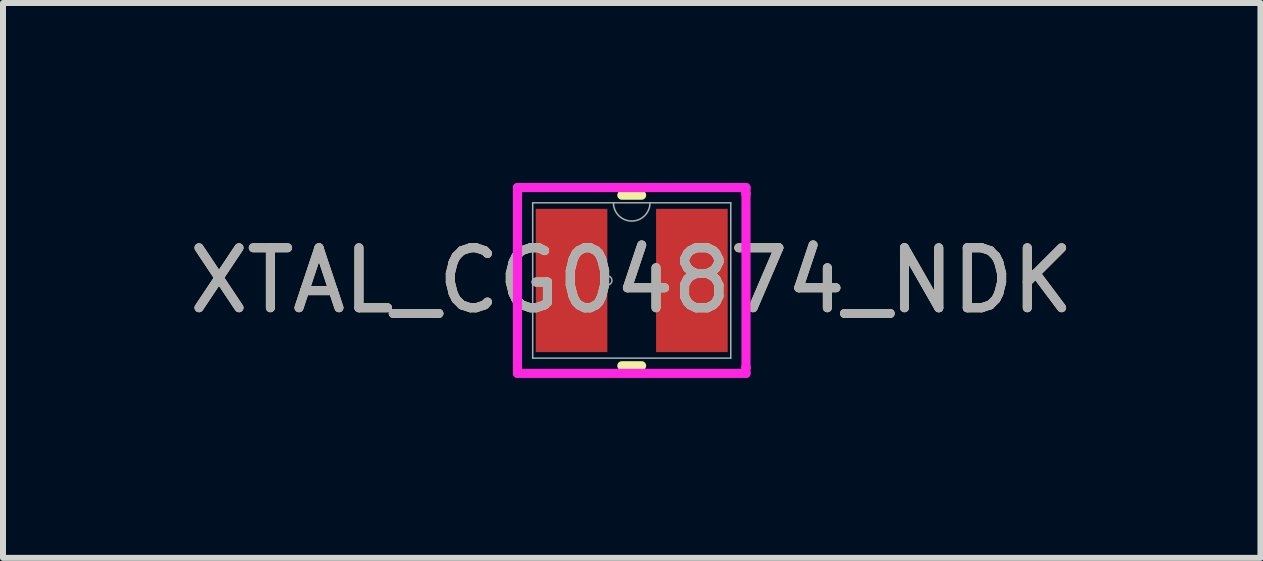
<source format=kicad_pcb>
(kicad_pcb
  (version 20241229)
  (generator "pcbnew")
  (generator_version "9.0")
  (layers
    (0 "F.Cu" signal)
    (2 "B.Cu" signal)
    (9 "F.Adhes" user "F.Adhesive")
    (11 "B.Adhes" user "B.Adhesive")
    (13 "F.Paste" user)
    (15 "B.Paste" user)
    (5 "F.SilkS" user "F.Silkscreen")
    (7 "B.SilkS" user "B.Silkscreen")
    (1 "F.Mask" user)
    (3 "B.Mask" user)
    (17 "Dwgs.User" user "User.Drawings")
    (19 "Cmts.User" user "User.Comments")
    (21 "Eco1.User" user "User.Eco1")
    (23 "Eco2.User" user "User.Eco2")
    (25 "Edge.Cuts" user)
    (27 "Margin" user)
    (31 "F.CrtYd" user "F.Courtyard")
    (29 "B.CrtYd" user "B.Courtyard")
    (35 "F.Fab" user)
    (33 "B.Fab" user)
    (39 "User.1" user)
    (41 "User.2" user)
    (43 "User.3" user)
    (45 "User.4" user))
  (footprint "XTAL_CG04874_NDK"
    (layer "F.Cu")
    (at 7.482 1.626)
    (property "Reference" "XTAL_CG04874_NDK" (at 0 0 0) (unlocked yes) (layer "F.SilkS") (effects (font (size 1 1) (thickness 0.15))))
    (attr smd)
    (fp_line (start -0.165 1.422) (end 0.165 1.422) (stroke (width 0.152) (type solid)) (layer "F.SilkS"))
    (fp_line (start 0.165 -1.422) (end -0.165 -1.422) (stroke (width 0.152) (type solid)) (layer "F.SilkS"))
    (fp_line (start -1.905 -1.549) (end 1.905 -1.549) (stroke (width 0.152) (type solid)) (layer "F.CrtYd"))
    (fp_line (start -1.905 -1.448) (end -1.905 -1.549) (stroke (width 0.152) (type solid)) (layer "F.CrtYd"))
    (fp_line (start -1.905 -1.448) (end -1.905 -1.448) (stroke (width 0.152) (type solid)) (layer "F.CrtYd"))
    (fp_line (start -1.905 1.448) (end -1.905 -1.448) (stroke (width 0.152) (type solid)) (layer "F.CrtYd"))
    (fp_line (start -1.905 1.448) (end -1.905 1.448) (stroke (width 0.152) (type solid)) (layer "F.CrtYd"))
    (fp_line (start -1.905 1.549) (end -1.905 1.448) (stroke (width 0.152) (type solid)) (layer "F.CrtYd"))
    (fp_line (start 1.905 -1.549) (end 1.905 -1.448) (stroke (width 0.152) (type solid)) (layer "F.CrtYd"))
    (fp_line (start 1.905 -1.448) (end 1.905 -1.448) (stroke (width 0.152) (type solid)) (layer "F.CrtYd"))
    (fp_line (start 1.905 -1.448) (end 1.905 1.448) (stroke (width 0.152) (type solid)) (layer "F.CrtYd"))
    (fp_line (start 1.905 1.448) (end 1.905 1.448) (stroke (width 0.152) (type solid)) (layer "F.CrtYd"))
    (fp_line (start 1.905 1.448) (end 1.905 1.549) (stroke (width 0.152) (type solid)) (layer "F.CrtYd"))
    (fp_line (start 1.905 1.549) (end -1.905 1.549) (stroke (width 0.152) (type solid)) (layer "F.CrtYd"))
    (fp_line (start -1.651 -1.295) (end -1.651 1.295) (stroke (width 0.025) (type solid)) (layer "F.Fab"))
    (fp_line (start -1.651 1.295) (end 1.651 1.295) (stroke (width 0.025) (type solid)) (layer "F.Fab"))
    (fp_line (start 1.651 -1.295) (end -1.651 -1.295) (stroke (width 0.025) (type solid)) (layer "F.Fab"))
    (fp_line (start 1.651 1.295) (end 1.651 -1.295) (stroke (width 0.025) (type solid)) (layer "F.Fab"))
    (fp_arc (start 0.3048 -1.2954) (mid 0 -0.9906) (end -0.3048 -1.2954) (stroke (width 0.0254) (type solid)) (layer "F.Fab"))
    (fp_circle (center -0.406 0) (end -0.33 0) (stroke (width 0.025) (type solid)) (fill no) (layer "F.Fab"))
    (fp_text user "${REFERENCE}" (at 0 0 0) (unlocked yes) (layer "F.Fab") (effects (font (size 1 1) (thickness 0.15))))
    (pad "1" smd rect (at -1.003 0) (size 1.194 2.388) (layers "F.Cu" "F.Mask" "F.Paste"))
    (pad "2" smd rect (at 1.003 0) (size 1.194 2.388) (layers "F.Cu" "F.Mask" "F.Paste")))
  (gr_rect
    (start -3 -3)
    (end 17.964 6.251)
    (stroke (width 0.1) (type default))
    (fill no)
    (layer "Edge.Cuts")))
</source>
